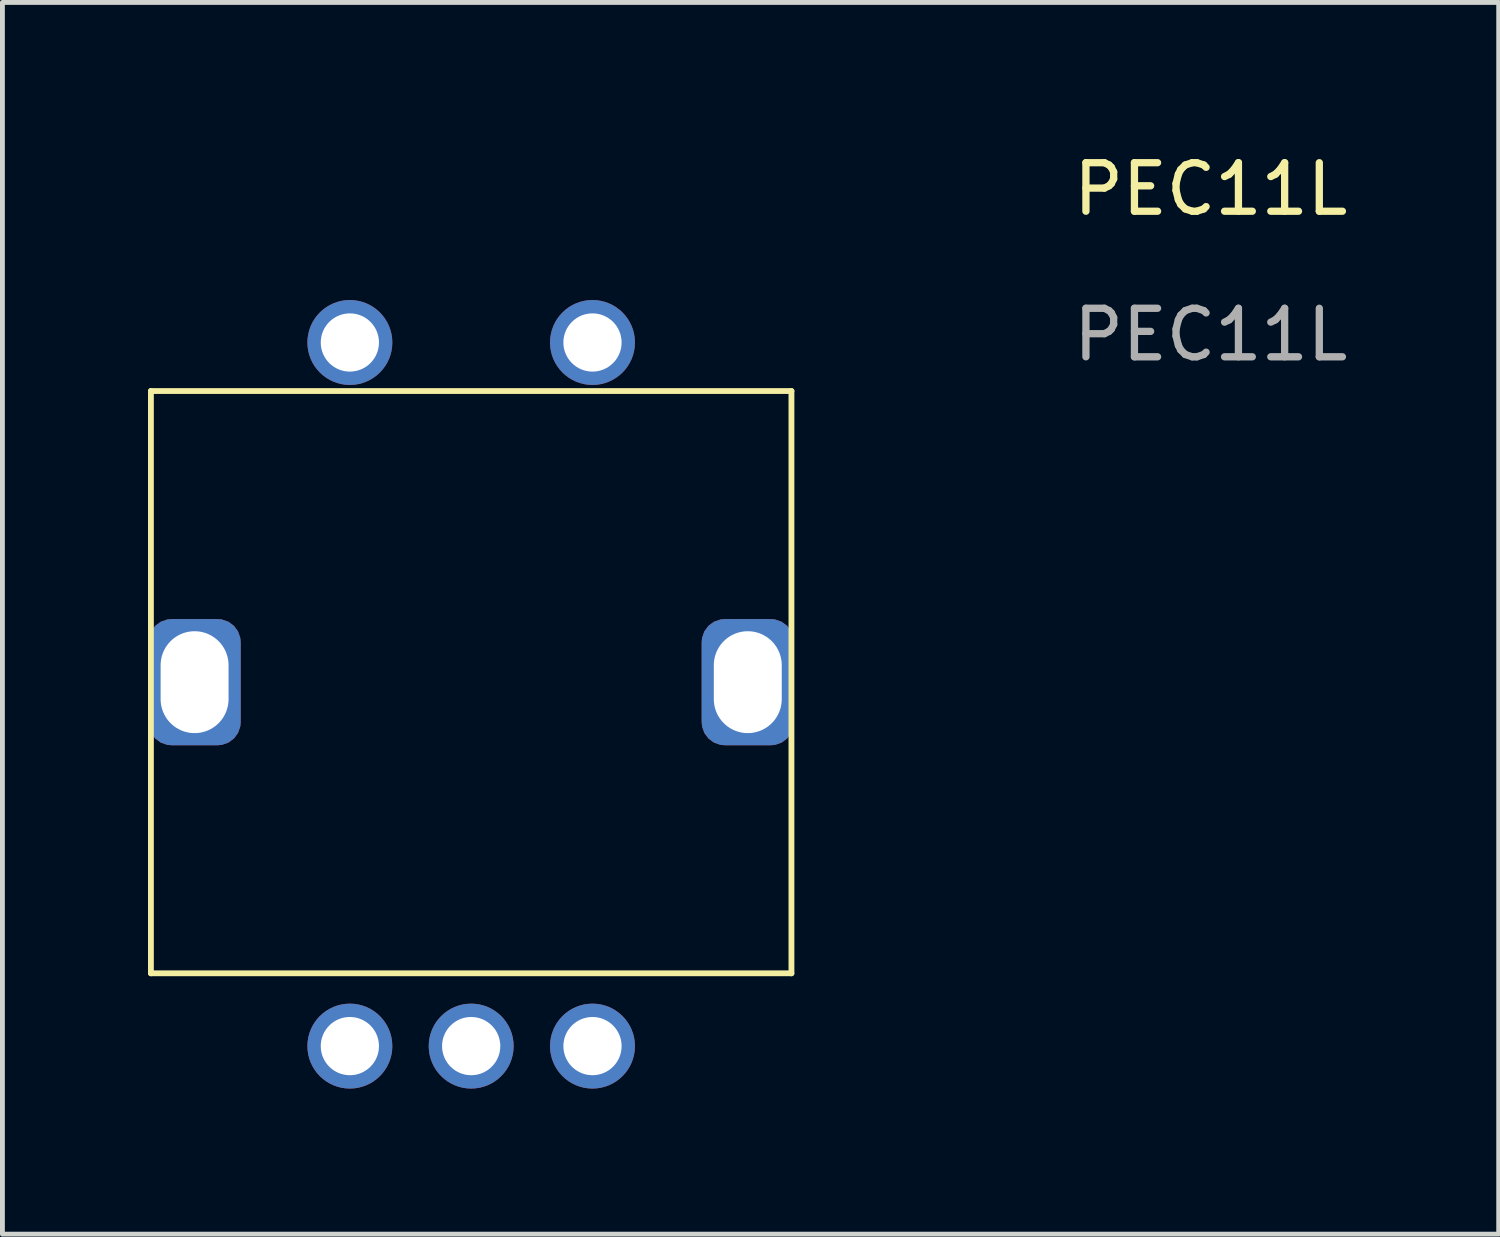
<source format=kicad_pcb>
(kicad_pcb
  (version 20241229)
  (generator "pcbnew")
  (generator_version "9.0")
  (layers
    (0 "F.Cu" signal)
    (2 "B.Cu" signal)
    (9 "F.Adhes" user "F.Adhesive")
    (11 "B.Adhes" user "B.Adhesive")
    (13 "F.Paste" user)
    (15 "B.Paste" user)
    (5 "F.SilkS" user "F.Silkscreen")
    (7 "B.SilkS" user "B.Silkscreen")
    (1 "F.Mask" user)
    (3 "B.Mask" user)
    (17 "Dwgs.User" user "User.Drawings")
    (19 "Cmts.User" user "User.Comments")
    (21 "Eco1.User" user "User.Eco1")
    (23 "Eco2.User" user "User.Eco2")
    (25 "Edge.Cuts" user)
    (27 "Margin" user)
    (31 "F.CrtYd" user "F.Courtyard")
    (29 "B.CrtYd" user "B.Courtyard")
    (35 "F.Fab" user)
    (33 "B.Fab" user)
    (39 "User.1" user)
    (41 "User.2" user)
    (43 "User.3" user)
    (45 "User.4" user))
  (footprint "PEC11L"
    (layer "F.Cu")
    (at 6.66 11.008)
    (property "Reference" "PEC11L" (at 15.24 -10.16 0) (unlocked yes) (layer "F.SilkS") (effects (font (size 1 1) (thickness 0.15))))
    (attr smd)
    (fp_line (start -6.6 -6) (end -6.6 6) (stroke (width 0.12) (type solid)) (layer "F.SilkS"))
    (fp_line (start 6.6 -6) (end -6.6 -6) (stroke (width 0.12) (type solid)) (layer "F.SilkS"))
    (fp_line (start 6.6 -6) (end 6.6 6) (stroke (width 0.12) (type solid)) (layer "F.SilkS"))
    (fp_line (start 6.6 6) (end -6.6 6) (stroke (width 0.12) (type solid)) (layer "F.SilkS"))
    (fp_text user "${REFERENCE}" (at 15.24 -7.16 0) (unlocked yes) (layer "F.Fab") (effects (font (size 1 1) (thickness 0.15))))
    (pad "A" thru_hole circle (at -2.5 7.5) (size 1.75 1.75) (drill 1.2) (layers "*.Cu" "*.Mask"))
    (pad "B" thru_hole circle (at 2.5 7.5) (size 1.75 1.75) (drill 1.2) (layers "*.Cu" "*.Mask"))
    (pad "C" thru_hole circle (at 0 7.5) (size 1.75 1.75) (drill 1.2) (layers "*.Cu" "*.Mask"))
    (pad "C0" thru_hole roundrect (at -5.7 0) (size 1.9 2.6) (drill oval 1.4 2.1) (layers "*.Cu" "*.Mask") (roundrect_rratio 0.25))
    (pad "C0" thru_hole roundrect (at 5.7 0) (size 1.9 2.6) (drill oval 1.4 2.1) (layers "*.Cu" "*.Mask") (roundrect_rratio 0.25))
    (pad "S1" thru_hole circle (at -2.5 -7) (size 1.75 1.75) (drill 1.2) (layers "*.Cu" "*.Mask"))
    (pad "S2" thru_hole circle (at 2.5 -7) (size 1.75 1.75) (drill 1.2) (layers "*.Cu" "*.Mask")))
  (gr_rect
    (start -3 -3)
    (end 27.835 22.383)
    (stroke (width 0.1) (type default))
    (fill no)
    (layer "Edge.Cuts")))
</source>
